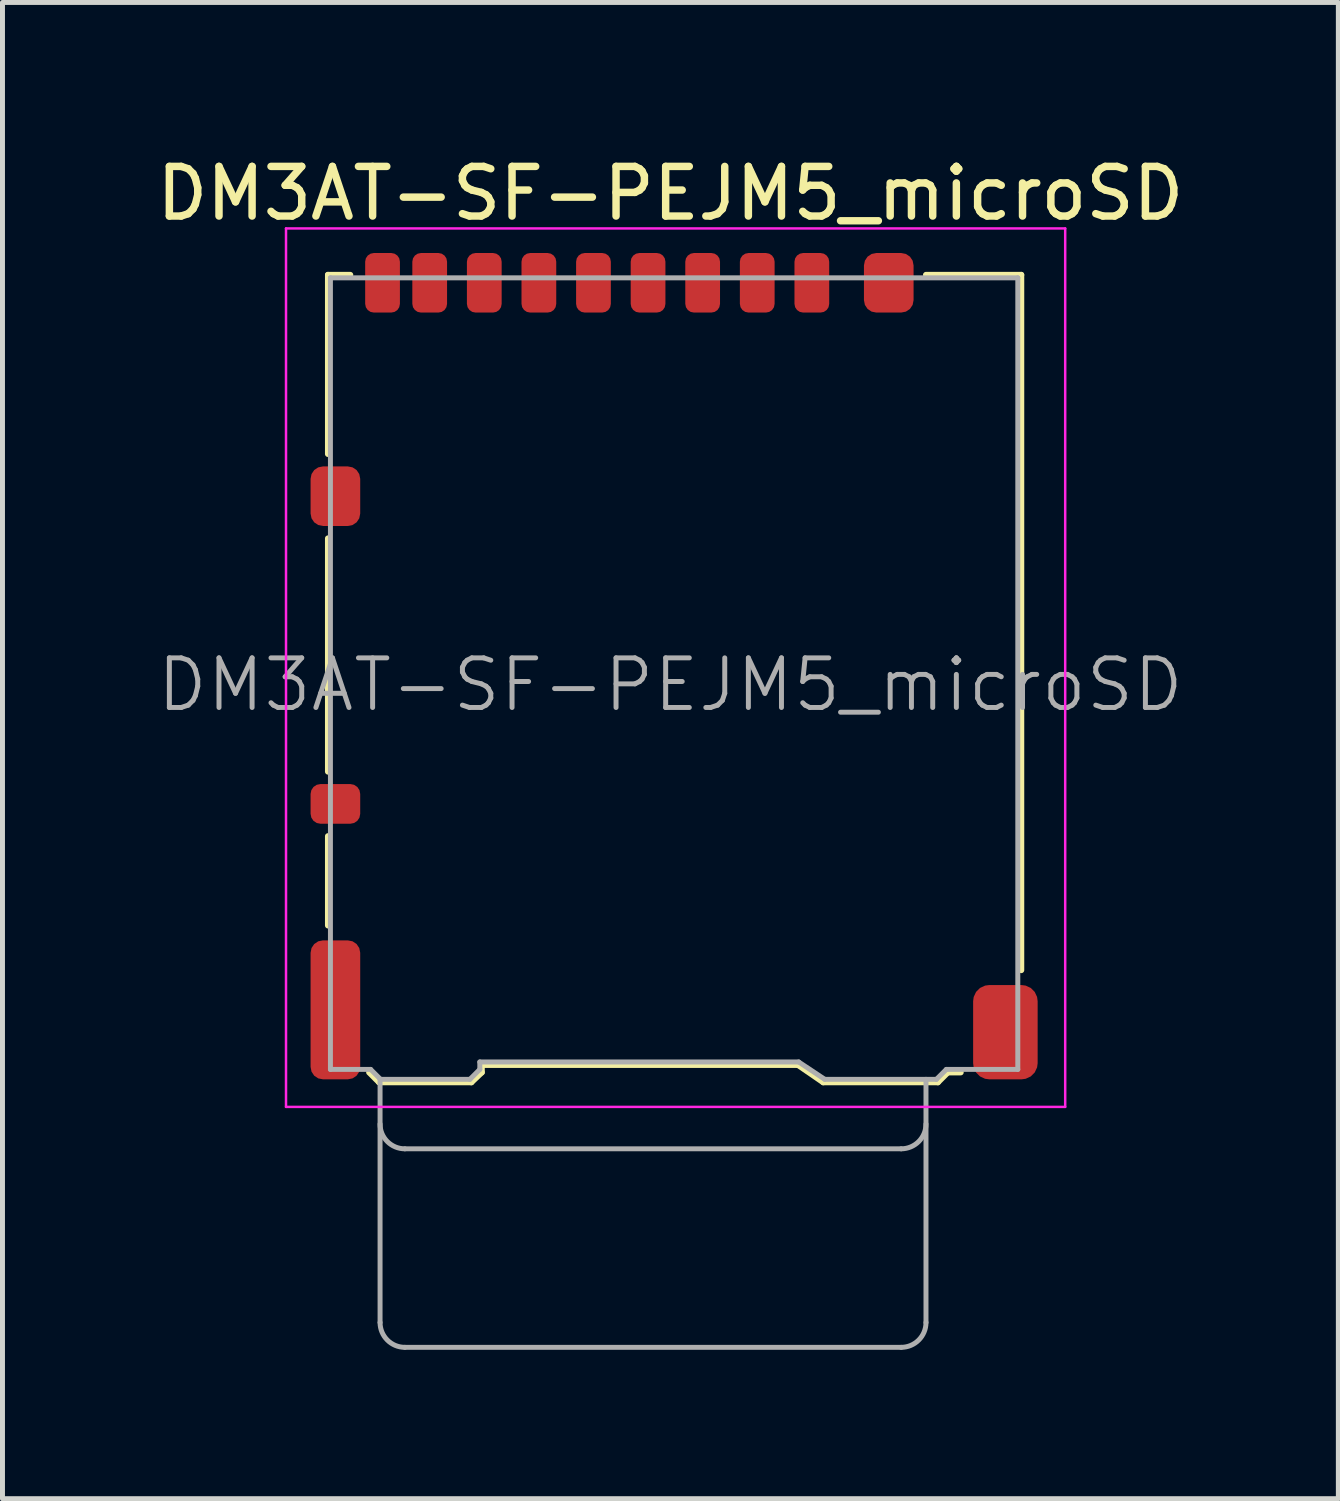
<source format=kicad_pcb>
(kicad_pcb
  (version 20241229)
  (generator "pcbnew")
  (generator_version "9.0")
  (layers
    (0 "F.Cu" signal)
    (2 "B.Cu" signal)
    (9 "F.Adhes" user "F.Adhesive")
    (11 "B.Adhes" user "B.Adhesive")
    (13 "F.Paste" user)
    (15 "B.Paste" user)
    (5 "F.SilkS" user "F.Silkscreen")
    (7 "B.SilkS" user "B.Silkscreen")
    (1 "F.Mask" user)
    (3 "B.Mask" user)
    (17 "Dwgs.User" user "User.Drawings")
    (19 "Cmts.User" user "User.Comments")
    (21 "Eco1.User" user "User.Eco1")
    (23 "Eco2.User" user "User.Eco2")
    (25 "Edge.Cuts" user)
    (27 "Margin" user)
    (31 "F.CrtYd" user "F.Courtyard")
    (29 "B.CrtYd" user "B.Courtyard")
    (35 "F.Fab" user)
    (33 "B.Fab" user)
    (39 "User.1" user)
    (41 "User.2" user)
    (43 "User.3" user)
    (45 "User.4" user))
  (footprint "DM3AT-SF-PEJM5_microSD"
    (layer "F.Cu")
    (at 10.533 10.373)
    (property "Reference" "DM3AT-SF-PEJM5_microSD" (at -0.075 -9.525 0) (layer "F.SilkS") (effects (font (size 1 1) (thickness 0.15))))
    (attr smd)
    (fp_line (start -6.975 -7.885) (end -6.975 -4.275) (stroke (width 0.12) (type solid)) (layer "F.SilkS"))
    (fp_line (start -6.975 -2.575) (end -6.975 2.125) (stroke (width 0.12) (type solid)) (layer "F.SilkS"))
    (fp_line (start -6.975 3.425) (end -6.975 5.225) (stroke (width 0.12) (type solid)) (layer "F.SilkS"))
    (fp_line (start -6.525 -7.885) (end -6.975 -7.885) (stroke (width 0.12) (type solid)) (layer "F.SilkS"))
    (fp_line (start -5.945 8.385) (end -6.145 8.185) (stroke (width 0.12) (type solid)) (layer "F.SilkS"))
    (fp_line (start -5.945 8.385) (end -4.085 8.385) (stroke (width 0.12) (type solid)) (layer "F.SilkS"))
    (fp_line (start -4.085 8.385) (end -3.875 8.185) (stroke (width 0.12) (type solid)) (layer "F.SilkS"))
    (fp_line (start -3.875 8.035) (end -3.875 8.185) (stroke (width 0.12) (type solid)) (layer "F.SilkS"))
    (fp_line (start -3.875 8.035) (end 2.495 8.035) (stroke (width 0.12) (type solid)) (layer "F.SilkS"))
    (fp_line (start 3.005 8.385) (end 2.495 8.035) (stroke (width 0.12) (type solid)) (layer "F.SilkS"))
    (fp_line (start 5.075 -7.885) (end 6.995 -7.885) (stroke (width 0.12) (type solid)) (layer "F.SilkS"))
    (fp_line (start 5.315 8.385) (end 3.005 8.385) (stroke (width 0.12) (type solid)) (layer "F.SilkS"))
    (fp_line (start 5.315 8.385) (end 5.515 8.185) (stroke (width 0.12) (type solid)) (layer "F.SilkS"))
    (fp_line (start 5.515 8.185) (end 5.775 8.185) (stroke (width 0.12) (type solid)) (layer "F.SilkS"))
    (fp_line (start 6.995 -7.885) (end 6.995 6.125) (stroke (width 0.12) (type solid)) (layer "F.SilkS"))
    (fp_line (start -7.82 -8.82) (end 7.88 -8.82) (stroke (width 0.05) (type solid)) (layer "F.CrtYd"))
    (fp_line (start -7.82 8.88) (end -7.82 -8.82) (stroke (width 0.05) (type solid)) (layer "F.CrtYd"))
    (fp_line (start 7.88 -8.82) (end 7.88 8.88) (stroke (width 0.05) (type solid)) (layer "F.CrtYd"))
    (fp_line (start 7.88 8.88) (end -7.82 8.88) (stroke (width 0.05) (type solid)) (layer "F.CrtYd"))
    (fp_line (start -6.925 8.125) (end -6.925 -7.825) (stroke (width 0.1) (type solid)) (layer "F.Fab"))
    (fp_line (start -6.115 8.125) (end -6.925 8.125) (stroke (width 0.1) (type solid)) (layer "F.Fab"))
    (fp_line (start -5.925 8.325) (end -5.925 13.225) (stroke (width 0.1) (type solid)) (layer "F.Fab"))
    (fp_line (start -5.915 8.325) (end -6.115 8.125) (stroke (width 0.1) (type solid)) (layer "F.Fab"))
    (fp_line (start -5.425 9.725) (end 4.575 9.725) (stroke (width 0.1) (type solid)) (layer "F.Fab"))
    (fp_line (start -5.425 13.725) (end 4.575 13.725) (stroke (width 0.1) (type solid)) (layer "F.Fab"))
    (fp_line (start -4.115 8.325) (end -5.915 8.325) (stroke (width 0.1) (type solid)) (layer "F.Fab"))
    (fp_line (start -3.915 8.125) (end -4.115 8.325) (stroke (width 0.1) (type solid)) (layer "F.Fab"))
    (fp_line (start -3.915 8.125) (end -3.915 7.975) (stroke (width 0.1) (type solid)) (layer "F.Fab"))
    (fp_line (start 2.51 7.975) (end -3.915 7.975) (stroke (width 0.1) (type solid)) (layer "F.Fab"))
    (fp_line (start 3.035 8.325) (end 2.51 7.975) (stroke (width 0.1) (type solid)) (layer "F.Fab"))
    (fp_line (start 5.075 13.225) (end 5.075 8.325) (stroke (width 0.1) (type solid)) (layer "F.Fab"))
    (fp_line (start 5.285 8.325) (end 3.035 8.325) (stroke (width 0.1) (type solid)) (layer "F.Fab"))
    (fp_line (start 5.285 8.325) (end 5.485 8.125) (stroke (width 0.1) (type solid)) (layer "F.Fab"))
    (fp_line (start 5.485 8.125) (end 6.925 8.125) (stroke (width 0.1) (type solid)) (layer "F.Fab"))
    (fp_line (start 6.925 -7.825) (end -6.925 -7.825) (stroke (width 0.1) (type solid)) (layer "F.Fab"))
    (fp_line (start 6.925 8.125) (end 6.925 -7.825) (stroke (width 0.1) (type solid)) (layer "F.Fab"))
    (fp_arc (start -5.425 9.725) (mid -5.778553 9.578553) (end -5.925 9.225) (stroke (width 0.1) (type solid)) (layer "F.Fab"))
    (fp_arc (start -5.425 13.725) (mid -5.778553 13.578553) (end -5.925 13.225) (stroke (width 0.1) (type solid)) (layer "F.Fab"))
    (fp_arc (start 5.075 9.225) (mid 4.928553 9.578553) (end 4.575 9.725) (stroke (width 0.1) (type solid)) (layer "F.Fab"))
    (fp_arc (start 5.075 13.225) (mid 4.928553 13.578553) (end 4.575 13.725) (stroke (width 0.1) (type solid)) (layer "F.Fab"))
    (fp_text user "${REFERENCE}" (at -0.075 0.375 0) (layer "F.Fab") (effects (font (size 1 1) (thickness 0.1))))
    (pad "1" smd roundrect (at 2.775 -7.725) (size 0.7 1.2) (layers "F.Cu" "F.Mask" "F.Paste") (roundrect_rratio 0.25))
    (pad "2" smd roundrect (at 1.675 -7.725) (size 0.7 1.2) (layers "F.Cu" "F.Mask" "F.Paste") (roundrect_rratio 0.25))
    (pad "3" smd roundrect (at 0.575 -7.725) (size 0.7 1.2) (layers "F.Cu" "F.Mask" "F.Paste") (roundrect_rratio 0.25))
    (pad "4" smd roundrect (at -0.525 -7.725) (size 0.7 1.2) (layers "F.Cu" "F.Mask" "F.Paste") (roundrect_rratio 0.25))
    (pad "5" smd roundrect (at -1.625 -7.725) (size 0.7 1.2) (layers "F.Cu" "F.Mask" "F.Paste") (roundrect_rratio 0.25))
    (pad "6" smd roundrect (at -2.725 -7.725) (size 0.7 1.2) (layers "F.Cu" "F.Mask" "F.Paste") (roundrect_rratio 0.25))
    (pad "7" smd roundrect (at -3.825 -7.725) (size 0.7 1.2) (layers "F.Cu" "F.Mask" "F.Paste") (roundrect_rratio 0.25))
    (pad "8" smd roundrect (at -4.925 -7.725) (size 0.7 1.2) (layers "F.Cu" "F.Mask" "F.Paste") (roundrect_rratio 0.25))
    (pad "9" smd roundrect (at -5.875 -7.725) (size 0.7 1.2) (layers "F.Cu" "F.Mask" "F.Paste") (roundrect_rratio 0.25))
    (pad "10" smd roundrect (at -6.825 2.775) (size 1 0.8) (layers "F.Cu" "F.Mask" "F.Paste") (roundrect_rratio 0.25))
    (pad "11" smd roundrect (at -6.825 -3.425) (size 1 1.2) (layers "F.Cu" "F.Mask" "F.Paste") (roundrect_rratio 0.25))
    (pad "11" smd roundrect (at -6.825 6.925) (size 1 2.8) (layers "F.Cu" "F.Mask" "F.Paste") (roundrect_rratio 0.25))
    (pad "11" smd roundrect (at 4.325 -7.725) (size 1 1.2) (layers "F.Cu" "F.Mask" "F.Paste") (roundrect_rratio 0.25))
    (pad "11" smd roundrect (at 6.675 7.375) (size 1.3 1.9) (layers "F.Cu" "F.Mask" "F.Paste") (roundrect_rratio 0.25))
    (zone (net_name "") (layer "F.Cu") (hatch edge 0.508) (connect_pads) (min_thickness 0.254) (filled_areas_thickness no) (keepout (tracks not_allowed) (vias not_allowed) (pads not_allowed) (copperpour not_allowed) (footprints allowed)) (placement (enabled no)) (fill) (polygon (pts (xy 4.082 11.186) (xy 3.269 11.186) (xy 3.269 3.058) (xy 4.082 3.058))))
    (zone (net_name "") (layer "F.Cu") (hatch edge 0.508) (connect_pads) (min_thickness 0.254) (filled_areas_thickness no) (keepout (tracks not_allowed) (vias not_allowed) (pads not_allowed) (copperpour not_allowed) (footprints allowed)) (placement (enabled no)) (fill) (polygon (pts (xy 5.098 16.571) (xy 4.387 16.571) (xy 4.387 8.951) (xy 5.098 8.951))))
    (zone (net_name "") (layer "F.Cu") (hatch edge 0.508) (connect_pads) (min_thickness 0.254) (filled_areas_thickness no) (keepout (tracks not_allowed) (vias not_allowed) (pads not_allowed) (copperpour not_allowed) (footprints allowed)) (placement (enabled no)) (fill) (polygon (pts (xy 13.835 9.256) (xy 5.098 9.256) (xy 5.098 7.63) (xy 13.835 7.63))))
    (zone (net_name "") (layer "F.Cu") (hatch edge 0.508) (connect_pads) (min_thickness 0.254) (filled_areas_thickness no) (keepout (tracks not_allowed) (vias not_allowed) (pads not_allowed) (copperpour not_allowed) (footprints allowed)) (placement (enabled no)) (fill) (polygon (pts (xy 16.02 18.704) (xy 13.429 18.704) (xy 13.429 17.333) (xy 16.02 17.333)))))
  (gr_rect
    (start -3 -3)
    (end 23.917 27.148)
    (stroke (width 0.1) (type default))
    (fill no)
    (layer "Edge.Cuts")))
</source>
